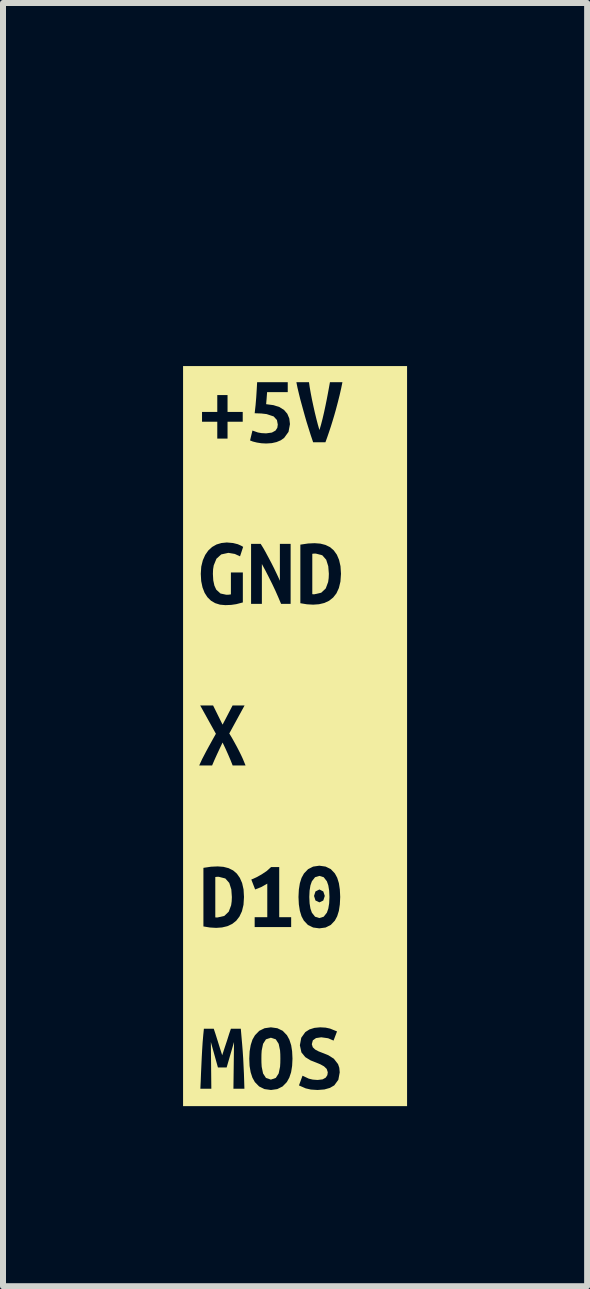
<source format=kicad_pcb>
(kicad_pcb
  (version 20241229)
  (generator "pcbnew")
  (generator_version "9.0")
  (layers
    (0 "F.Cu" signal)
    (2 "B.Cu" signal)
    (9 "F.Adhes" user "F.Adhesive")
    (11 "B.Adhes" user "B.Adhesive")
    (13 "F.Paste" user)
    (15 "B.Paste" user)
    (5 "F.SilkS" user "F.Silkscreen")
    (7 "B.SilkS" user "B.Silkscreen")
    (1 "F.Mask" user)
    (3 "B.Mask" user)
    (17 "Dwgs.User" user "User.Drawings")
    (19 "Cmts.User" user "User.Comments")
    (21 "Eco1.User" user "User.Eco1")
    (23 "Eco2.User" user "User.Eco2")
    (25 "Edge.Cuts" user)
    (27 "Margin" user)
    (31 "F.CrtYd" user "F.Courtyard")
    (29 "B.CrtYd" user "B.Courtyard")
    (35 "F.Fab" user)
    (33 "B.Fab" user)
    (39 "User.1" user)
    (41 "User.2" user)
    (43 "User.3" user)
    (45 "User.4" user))
  (footprint "kibuzzard-67ACF4D0"
    (layer "F.Cu")
    (at 1.866 9.214)
    (property "Reference" "kibuzzard-67ACF4D0" (at 0 -9.213 0) (layer "F.SilkS") (effects (font (size 0.001 0.001) (thickness 0.15))))
    (attr board_only exclude_from_pos_files exclude_from_bom)
    (fp_poly (pts (xy -1.329 3.02) (xy -1.311 3.022) (xy -1.293 3.022) (xy -1.179 2.996) (xy -1.105 2.925) (xy -1.065 2.818) (xy -1.056 2.752) (xy -1.053 2.681) (xy -1.062 2.555) (xy -1.096 2.447) (xy -1.162 2.372) (xy -1.271 2.344) (xy -1.3 2.344) (xy -1.329 2.348) (xy -1.329 3.02)) (stroke (width 0) (type solid)) (fill yes) (layer "F.SilkS"))
    (fp_poly (pts (xy 0.287 -2.365) (xy 0.305 -2.363) (xy 0.322 -2.363) (xy 0.436 -2.389) (xy 0.511 -2.46) (xy 0.551 -2.567) (xy 0.56 -2.633) (xy 0.563 -2.704) (xy 0.553 -2.83) (xy 0.519 -2.938) (xy 0.453 -3.013) (xy 0.345 -3.041) (xy 0.316 -3.041) (xy 0.287 -3.037) (xy 0.287 -2.365)) (stroke (width 0) (type solid)) (fill yes) (layer "F.SilkS"))
    (fp_poly (pts (xy -0.561 5.374) (xy -0.56 5.444) (xy -0.556 5.51) (xy -0.533 5.621) (xy -0.485 5.695) (xy -0.403 5.723) (xy -0.321 5.695) (xy -0.273 5.62) (xy -0.25 5.509) (xy -0.246 5.444) (xy -0.245 5.374) (xy -0.246 5.303) (xy -0.25 5.237) (xy -0.273 5.127) (xy -0.321 5.052) (xy -0.403 5.025) (xy -0.485 5.052) (xy -0.533 5.127) (xy -0.556 5.238) (xy -0.56 5.303) (xy -0.561 5.374)) (stroke (width 0) (type solid)) (fill yes) (layer "F.SilkS"))
    (fp_poly (pts (xy 0.573 2.68) (xy 0.568 2.574) (xy 0.554 2.488) (xy 0.53 2.419) (xy 0.477 2.351) (xy 0.405 2.329) (xy 0.333 2.351) (xy 0.28 2.419) (xy 0.256 2.488) (xy 0.242 2.574) (xy 0.237 2.68) (xy 0.242 2.786) (xy 0.256 2.873) (xy 0.28 2.942) (xy 0.333 3.009) (xy 0.405 3.032) (xy 0.406 3.031) (xy 0.406 2.77) (xy 0.34 2.739) (xy 0.316 2.663) (xy 0.34 2.588) (xy 0.406 2.555) (xy 0.47 2.588) (xy 0.495 2.663) (xy 0.47 2.739) (xy 0.406 2.77) (xy 0.406 3.031) (xy 0.477 3.009) (xy 0.53 2.942) (xy 0.554 2.873) (xy 0.568 2.786) (xy 0.573 2.68)) (stroke (width 0) (type solid)) (fill yes) (layer "F.SilkS"))
    (fp_poly (pts (xy -1.597 -6.165) (xy -1.866 -6.165) (xy -1.866 6.165) (xy -1.597 6.165) (xy -0.844 6.165) (xy -0.844 5.875) (xy -1.027 5.875) (xy -1.017 5.097) (xy -1.14 5.521) (xy -1.285 5.521) (xy -1.403 5.097) (xy -1.395 5.875) (xy -1.578 5.875) (xy -1.572 5.749) (xy -1.567 5.619) (xy -1.561 5.487) (xy -1.555 5.356) (xy -1.548 5.227) (xy -1.54 5.102) (xy -1.53 4.984) (xy -1.519 4.875) (xy -1.355 4.875) (xy -1.326 4.962) (xy -1.314 5) (xy -1.314 3.195) (xy -1.418 3.189) (xy -1.527 3.171) (xy -1.527 2.195) (xy -1.4 2.176) (xy -1.288 2.171) (xy -1.194 2.178) (xy -1.108 2.2) (xy -1.04 2.234) (xy -1.04 0.489) (xy -1.074 0.403) (xy -1.115 0.307) (xy -1.16 0.207) (xy -1.208 0.107) (xy -1.254 0.204) (xy -1.301 0.305) (xy -1.345 0.402) (xy -1.382 0.489) (xy -1.597 0.489) (xy -1.549 0.384) (xy -1.516 0.321) (xy -1.48 0.252) (xy -1.441 0.18) (xy -1.4 0.106) (xy -1.359 0.032) (xy -1.319 -0.039) (xy -1.581 -0.511) (xy -1.366 -0.511) (xy -1.208 -0.191) (xy -1.162 -0.278) (xy -1.162 -2.182) (xy -1.251 -2.19) (xy -1.331 -2.215) (xy -1.401 -2.256) (xy -1.46 -2.314) (xy -1.507 -2.387) (xy -1.542 -2.477) (xy -1.564 -2.582) (xy -1.571 -2.704) (xy -1.563 -2.824) (xy -1.537 -2.929) (xy -1.497 -3.019) (xy -1.445 -3.093) (xy -1.382 -3.151) (xy -1.308 -3.193) (xy -1.226 -3.217) (xy -1.138 -3.226) (xy -1.125 -3.225) (xy -1.125 -4.957) (xy -1.296 -4.957) (xy -1.296 -5.238) (xy -1.55 -5.238) (xy -1.55 -5.401) (xy -1.296 -5.401) (xy -1.296 -5.682) (xy -1.125 -5.682) (xy -1.125 -5.401) (xy -0.872 -5.401) (xy -0.872 -5.238) (xy -1.125 -5.238) (xy -1.125 -4.957) (xy -1.125 -3.225) (xy -1.034 -3.217) (xy -0.954 -3.197) (xy -0.898 -3.172) (xy -0.865 -3.153) (xy -0.917 -2.995) (xy -1.004 -3.035) (xy -1.111 -3.053) (xy -1.23 -3.027) (xy -1.31 -2.955) (xy -1.355 -2.845) (xy -1.366 -2.778) (xy -1.369 -2.704) (xy -1.363 -2.595) (xy -1.344 -2.507) (xy -1.313 -2.44) (xy -1.243 -2.376) (xy -1.146 -2.355) (xy -1.107 -2.356) (xy -1.069 -2.361) (xy -1.069 -2.726) (xy -0.87 -2.726) (xy -0.87 -2.227) (xy -0.981 -2.198) (xy -1.064 -2.186) (xy -1.162 -2.182) (xy -1.162 -0.278) (xy -1.041 -0.511) (xy -0.841 -0.511) (xy -1.096 -0.044) (xy -1.053 0.027) (xy -1.011 0.102) (xy -0.97 0.177) (xy -0.932 0.25) (xy -0.898 0.319) (xy -0.868 0.384) (xy -0.825 0.489) (xy -1.04 0.489) (xy -1.04 2.234) (xy -1.033 2.237) (xy -0.97 2.291) (xy -0.92 2.362) (xy -0.882 2.449) (xy -0.858 2.555) (xy -0.851 2.681) (xy -0.859 2.81) (xy -0.885 2.918) (xy -0.927 3.007) (xy -0.981 3.077) (xy -1.049 3.13) (xy -1.128 3.167) (xy -1.217 3.188) (xy -1.314 3.195) (xy -1.314 5) (xy -1.29 5.076) (xy -1.251 5.201) (xy -1.214 5.317) (xy -1.174 5.194) (xy -1.133 5.071) (xy -1.098 4.96) (xy -1.069 4.875) (xy -0.904 4.875) (xy -0.893 5.004) (xy -0.882 5.13) (xy -0.872 5.254) (xy -0.864 5.376) (xy -0.858 5.499) (xy -0.852 5.622) (xy -0.848 5.747) (xy -0.844 5.875) (xy -0.844 6.165) (xy -0.401 6.165) (xy -0.401 5.896) (xy -0.51 5.881) (xy -0.599 5.837) (xy -0.67 5.764) (xy -0.711 5.69) (xy -0.74 5.6) (xy -0.758 5.495) (xy -0.763 5.374) (xy -0.757 5.252) (xy -0.739 5.147) (xy -0.71 5.057) (xy -0.668 4.984) (xy -0.596 4.91) (xy -0.508 4.867) (xy -0.403 4.852) (xy -0.295 4.867) (xy -0.206 4.91) (xy -0.135 4.984) (xy -0.095 5.057) (xy -0.066 5.147) (xy -0.065 5.149) (xy -0.065 3.182) (xy -0.673 3.182) (xy -0.673 3.017) (xy -0.463 3.017) (xy -0.463 2.458) (xy -0.566 2.516) (xy -0.665 2.555) (xy -0.729 2.39) (xy -0.645 2.353) (xy -0.555 2.303) (xy -0.469 2.245) (xy -0.4 2.182) (xy -0.264 2.182) (xy -0.264 3.017) (xy -0.233 3.017) (xy -0.233 -2.203) (xy -0.28 -2.314) (xy -0.329 -2.425) (xy -0.381 -2.535) (xy -0.436 -2.645) (xy -0.493 -2.756) (xy -0.553 -2.867) (xy -0.553 -2.203) (xy -0.733 -2.203) (xy -0.733 -3.203) (xy -0.573 -3.203) (xy -0.527 -3.129) (xy -0.482 -3.049) (xy -0.481 -3.046) (xy -0.481 -4.875) (xy -0.56 -4.879) (xy -0.637 -4.891) (xy -0.704 -4.908) (xy -0.75 -4.926) (xy -0.71 -5.091) (xy -0.62 -5.059) (xy -0.558 -5.048) (xy -0.482 -5.044) (xy -0.386 -5.057) (xy -0.326 -5.09) (xy -0.296 -5.136) (xy -0.288 -5.19) (xy -0.302 -5.266) (xy -0.357 -5.326) (xy -0.474 -5.365) (xy -0.562 -5.375) (xy -0.673 -5.379) (xy -0.658 -5.513) (xy -0.647 -5.644) (xy -0.639 -5.772) (xy -0.632 -5.896) (xy -0.122 -5.896) (xy -0.122 -5.731) (xy -0.466 -5.731) (xy -0.474 -5.623) (xy -0.482 -5.53) (xy -0.36 -5.514) (xy -0.26 -5.482) (xy -0.183 -5.433) (xy -0.129 -5.37) (xy -0.096 -5.291) (xy -0.085 -5.198) (xy -0.109 -5.069) (xy -0.183 -4.967) (xy -0.239 -4.928) (xy -0.308 -4.899) (xy -0.388 -4.881) (xy -0.481 -4.875) (xy -0.481 -3.046) (xy -0.438 -2.966) (xy -0.394 -2.883) (xy -0.353 -2.802) (xy -0.315 -2.723) (xy -0.281 -2.651) (xy -0.253 -2.588) (xy -0.253 -3.203) (xy -0.074 -3.203) (xy -0.074 -2.203) (xy -0.233 -2.203) (xy -0.233 3.017) (xy -0.065 3.017) (xy -0.065 3.182) (xy -0.065 5.149) (xy -0.049 5.252) (xy -0.043 5.374) (xy -0.049 5.495) (xy -0.066 5.6) (xy -0.096 5.69) (xy -0.137 5.764) (xy -0.208 5.837) (xy -0.296 5.881) (xy -0.401 5.896) (xy -0.401 6.165) (xy 0.376 6.165) (xy 0.376 5.896) (xy 0.264 5.889) (xy 0.177 5.869) (xy 0.065 5.82) (xy 0.124 5.658) (xy 0.228 5.707) (xy 0.295 5.723) (xy 0.376 5.729) (xy 0.459 5.719) (xy 0.511 5.69) (xy 0.538 5.648) (xy 0.545 5.6) (xy 0.527 5.545) (xy 0.482 5.502) (xy 0.421 5.468) (xy 0.353 5.44) (xy 0.259 5.403) (xy 0.171 5.349) (xy 0.106 5.27) (xy 0.08 5.151) (xy 0.103 5.026) (xy 0.171 4.931) (xy 0.24 4.887) (xy 0.323 4.861) (xy 0.405 4.853) (xy 0.405 3.203) (xy 0.301 3.189) (xy 0.214 3.146) (xy 0.146 3.074) (xy 0.107 3.001) (xy 0.08 2.911) (xy 0.063 2.804) (xy 0.057 2.68) (xy 0.063 2.557) (xy 0.08 2.451) (xy 0.108 2.362) (xy 0.148 2.289) (xy 0.217 2.217) (xy 0.301 2.174) (xy 0.301 -2.19) (xy 0.197 -2.196) (xy 0.088 -2.214) (xy 0.088 -3.19) (xy 0.216 -3.209) (xy 0.301 -3.213) (xy 0.301 -4.896) (xy 0.261 -5.014) (xy 0.219 -5.148) (xy 0.19 -5.241) (xy 0.163 -5.335) (xy 0.137 -5.428) (xy 0.112 -5.519) (xy 0.088 -5.607) (xy 0.067 -5.692) (xy 0.04 -5.805) (xy 0.022 -5.896) (xy 0.232 -5.896) (xy 0.244 -5.812) (xy 0.261 -5.715) (xy 0.281 -5.611) (xy 0.304 -5.504) (xy 0.328 -5.396) (xy 0.354 -5.289) (xy 0.38 -5.189) (xy 0.406 -5.099) (xy 0.432 -5.187) (xy 0.458 -5.287) (xy 0.483 -5.394) (xy 0.506 -5.502) (xy 0.528 -5.61) (xy 0.548 -5.715) (xy 0.566 -5.812) (xy 0.581 -5.896) (xy 0.789 -5.896) (xy 0.768 -5.793) (xy 0.742 -5.679) (xy 0.711 -5.556) (xy 0.677 -5.428) (xy 0.652 -5.34) (xy 0.625 -5.25) (xy 0.597 -5.16) (xy 0.567 -5.07) (xy 0.537 -4.982) (xy 0.506 -4.896) (xy 0.301 -4.896) (xy 0.301 -3.213) (xy 0.327 -3.214) (xy 0.421 -3.207) (xy 0.507 -3.185) (xy 0.583 -3.148) (xy 0.645 -3.094) (xy 0.696 -3.023) (xy 0.733 -2.936) (xy 0.757 -2.83) (xy 0.765 -2.704) (xy 0.756 -2.575) (xy 0.73 -2.467) (xy 0.689 -2.378) (xy 0.634 -2.308) (xy 0.567 -2.255) (xy 0.488 -2.218) (xy 0.399 -2.197) (xy 0.301 -2.19) (xy 0.301 2.174) (xy 0.302 2.174) (xy 0.405 2.159) (xy 0.509 2.174) (xy 0.595 2.216) (xy 0.663 2.288) (xy 0.702 2.36) (xy 0.73 2.45) (xy 0.746 2.556) (xy 0.752 2.68) (xy 0.746 2.804) (xy 0.73 2.911) (xy 0.702 3.001) (xy 0.663 3.074) (xy 0.595 3.146) (xy 0.509 3.189) (xy 0.405 3.203) (xy 0.405 4.853) (xy 0.422 4.852) (xy 0.509 4.857) (xy 0.583 4.873) (xy 0.699 4.92) (xy 0.641 5.073) (xy 0.551 5.034) (xy 0.437 5.018) (xy 0.349 5.031) (xy 0.296 5.069) (xy 0.279 5.133) (xy 0.295 5.184) (xy 0.336 5.223) (xy 0.393 5.253) (xy 0.455 5.277) (xy 0.553 5.316) (xy 0.646 5.375) (xy 0.716 5.465) (xy 0.737 5.526) (xy 0.744 5.602) (xy 0.721 5.726) (xy 0.653 5.819) (xy 0.581 5.861) (xy 0.489 5.887) (xy 0.376 5.896) (xy 0.376 6.165) (xy 0.789 6.165) (xy 1.866 6.165) (xy 1.866 -6.165) (xy 0.789 -6.165) (xy -1.597 -6.165)) (stroke (width 0) (type solid)) (fill yes) (layer "F.SilkS")))
  (gr_rect
    (start -3 -3)
    (end 6.732 18.379)
    (stroke (width 0.1) (type default))
    (fill no)
    (layer "Edge.Cuts")))
</source>
